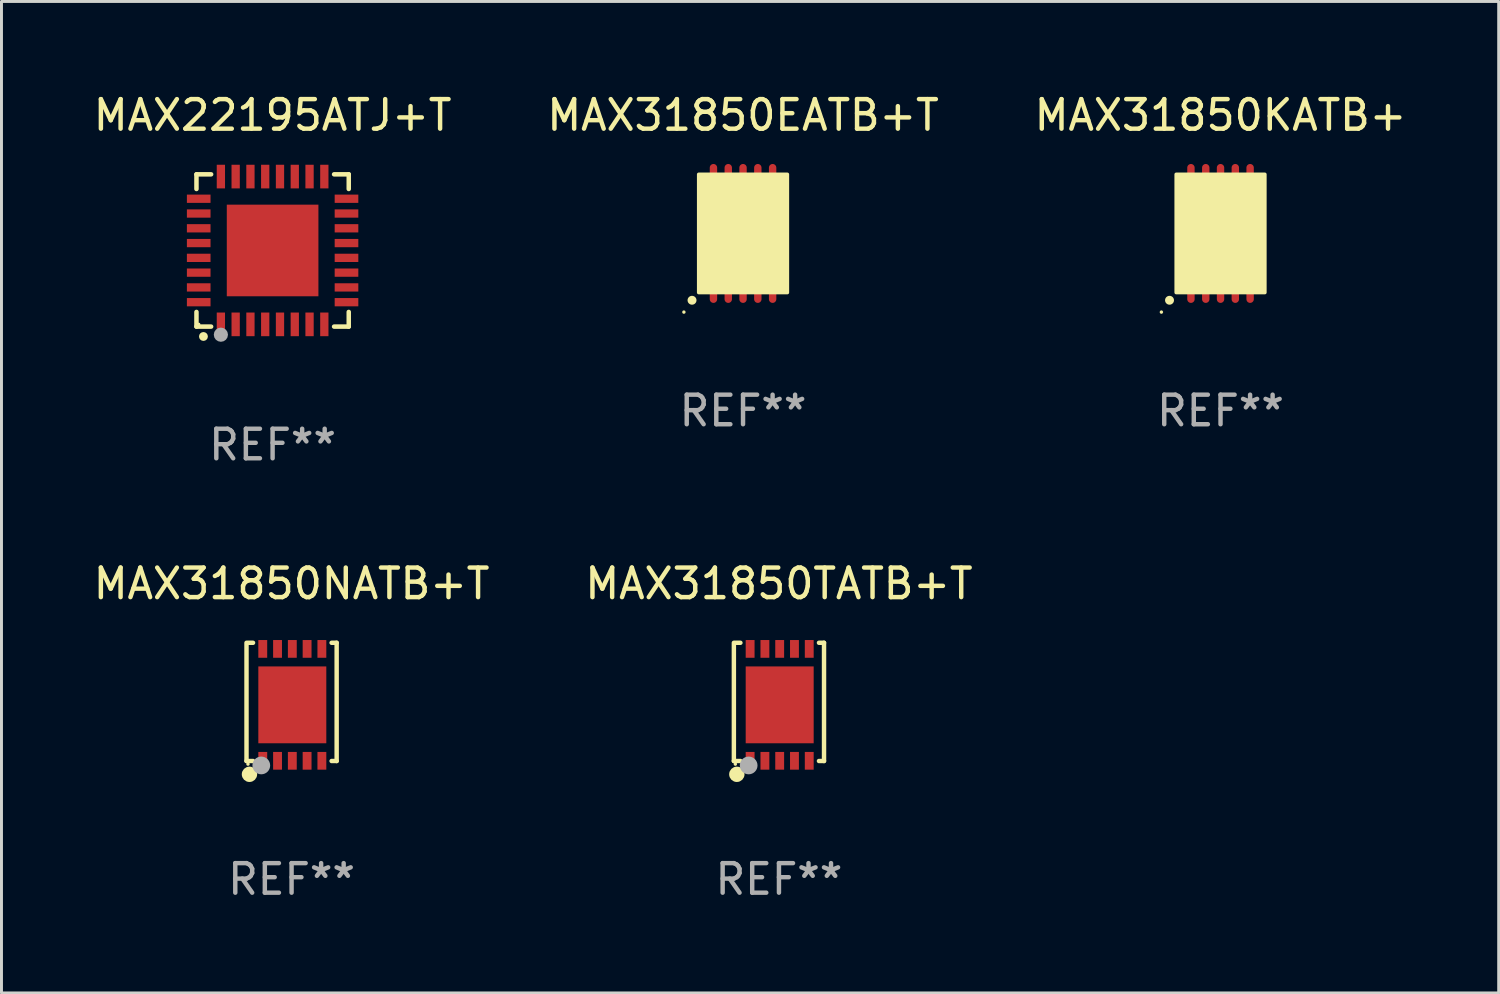
<source format=kicad_pcb>
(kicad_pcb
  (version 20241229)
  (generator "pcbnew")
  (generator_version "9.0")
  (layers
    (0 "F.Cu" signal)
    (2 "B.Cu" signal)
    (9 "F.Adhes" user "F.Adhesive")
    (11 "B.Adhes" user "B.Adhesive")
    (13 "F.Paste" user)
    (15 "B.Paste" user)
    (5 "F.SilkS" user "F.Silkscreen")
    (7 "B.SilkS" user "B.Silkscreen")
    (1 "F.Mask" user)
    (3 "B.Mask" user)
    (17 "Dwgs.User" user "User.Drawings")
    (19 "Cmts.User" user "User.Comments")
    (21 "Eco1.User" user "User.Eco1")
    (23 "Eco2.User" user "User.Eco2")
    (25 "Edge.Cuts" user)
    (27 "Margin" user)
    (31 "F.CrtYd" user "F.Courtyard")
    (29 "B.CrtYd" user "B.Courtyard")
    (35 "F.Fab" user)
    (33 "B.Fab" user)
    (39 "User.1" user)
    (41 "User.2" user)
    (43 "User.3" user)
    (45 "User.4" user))
  (footprint "MAX31850NATB+T"
    (layer "F.Cu")
    (at 6.815 20.697)
    (property "Reference" "MAX31850NATB+T" (at 0 -4 0) (layer "F.SilkS") (effects (font (size 1 1) (thickness 0.15))))
    (attr through_hole)
    (fp_line (start -1.525 2) (end -1.525 -2) (stroke (width 0.15) (type solid)) (layer "F.SilkS"))
    (fp_line (start -1.475 -2) (end -1.304 -2) (stroke (width 0.15) (type solid)) (layer "F.SilkS"))
    (fp_line (start -1.304 2) (end -1.525 2) (stroke (width 0.15) (type solid)) (layer "F.SilkS"))
    (fp_line (start 1.354 -2) (end 1.525 -2) (stroke (width 0.15) (type solid)) (layer "F.SilkS"))
    (fp_line (start 1.525 -2) (end 1.525 2) (stroke (width 0.15) (type solid)) (layer "F.SilkS"))
    (fp_line (start 1.525 2) (end 1.354 2) (stroke (width 0.15) (type solid)) (layer "F.SilkS"))
    (fp_circle (center -1.475 2.105) (end -1.445 2.105) (stroke (width 0.06) (type solid)) (fill no) (layer "F.SilkS"))
    (fp_circle (center -1.425 2.45) (end -1.295 2.45) (stroke (width 0.26) (type solid)) (fill no) (layer "F.SilkS"))
    (fp_circle (center -1.025 2.15) (end -0.875 2.15) (stroke (width 0.3) (type solid)) (fill no) (layer "F.Fab"))
    (fp_text user "REF**" (at 0 6 0) (layer "F.Fab") (effects (font (size 1 1) (thickness 0.15))))
    (pad "1" smd rect (at -0.975 1.993) (size 0.3 0.6) (layers "F.Cu" "F.Mask" "F.Paste"))
    (pad "2" smd rect (at -0.475 1.993) (size 0.3 0.6) (layers "F.Cu" "F.Mask" "F.Paste"))
    (pad "3" smd rect (at 0.025 1.993) (size 0.3 0.6) (layers "F.Cu" "F.Mask" "F.Paste"))
    (pad "4" smd rect (at 0.525 1.993) (size 0.3 0.6) (layers "F.Cu" "F.Mask" "F.Paste"))
    (pad "5" smd rect (at 1.025 1.993) (size 0.3 0.6) (layers "F.Cu" "F.Mask" "F.Paste"))
    (pad "6" smd rect (at 1.025 -1.793) (size 0.3 0.6) (layers "F.Cu" "F.Mask" "F.Paste"))
    (pad "7" smd rect (at 0.525 -1.793) (size 0.3 0.6) (layers "F.Cu" "F.Mask" "F.Paste"))
    (pad "8" smd rect (at 0.025 -1.793) (size 0.3 0.6) (layers "F.Cu" "F.Mask" "F.Paste"))
    (pad "9" smd rect (at -0.475 -1.793) (size 0.3 0.6) (layers "F.Cu" "F.Mask" "F.Paste"))
    (pad "10" smd rect (at -0.975 -1.793) (size 0.3 0.6) (layers "F.Cu" "F.Mask" "F.Paste"))
    (pad "11" smd custom (at 0.025 0.1) (size 2.3 2.6) (layers "F.Cu" "F.Mask" "F.Paste") (options (anchor circle)) (primitives (gr_poly (pts (xy -1.15 1.3) (xy -1.15 -1.3) (xy 1.15 -1.3) (xy 1.15 1.3)) (width 0) (fill yes)))))
  (footprint "MAX31850KATB+"
    (layer "F.Cu")
    (at 38.244 4.848)
    (property "Reference" "MAX31850KATB+" (at 0 -4 0) (layer "F.SilkS") (effects (font (size 1 1) (thickness 0.15))))
    (attr through_hole)
    (fp_arc (start -1.727203 2.260605) (mid -1.725933 2.260599) (end -1.724663 2.260605) (stroke (width 0.3) (type solid)) (layer "F.SilkS"))
    (fp_circle (center -2.001 2.661) (end -1.971 2.661) (stroke (width 0.06) (type solid)) (fill no) (layer "F.SilkS"))
    (fp_poly (pts (xy -1.5 -2) (xy 1.5 -2) (xy 1.5 2) (xy -1.5 2)) (stroke (width 0.12) (type solid)) (fill yes) (layer "F.SilkS"))
    (fp_text user "REF**" (at 0 6 0) (layer "F.Fab") (effects (font (size 1 1) (thickness 0.15))))
    (pad "1" smd oval (at -1.001 2 270) (size 0.7 0.25) (layers "F.Cu" "F.Mask" "F.Paste"))
    (pad "2" smd oval (at -0.5 2 270) (size 0.7 0.25) (layers "F.Cu" "F.Mask" "F.Paste"))
    (pad "3" smd oval (at 0 2 270) (size 0.7 0.25) (layers "F.Cu" "F.Mask" "F.Paste"))
    (pad "4" smd oval (at 0.5 2 270) (size 0.7 0.25) (layers "F.Cu" "F.Mask" "F.Paste"))
    (pad "5" smd oval (at 1.001 2 270) (size 0.7 0.25) (layers "F.Cu" "F.Mask" "F.Paste"))
    (pad "6" smd oval (at 1.001 -2 90) (size 0.7 0.25) (layers "F.Cu" "F.Mask" "F.Paste"))
    (pad "7" smd oval (at 0.5 -2 90) (size 0.7 0.25) (layers "F.Cu" "F.Mask" "F.Paste"))
    (pad "8" smd oval (at 0 -2 90) (size 0.7 0.25) (layers "F.Cu" "F.Mask" "F.Paste"))
    (pad "9" smd oval (at -0.5 -2 90) (size 0.7 0.25) (layers "F.Cu" "F.Mask" "F.Paste"))
    (pad "10" smd oval (at -1.001 -2 90) (size 0.7 0.25) (layers "F.Cu" "F.Mask" "F.Paste"))
    (pad "11" smd rect (at 0 0 90) (size 2.5 2.3) (layers "F.Cu" "F.Mask" "F.Paste")))
  (footprint "MAX31850TATB+T"
    (layer "F.Cu")
    (at 23.304 20.697)
    (property "Reference" "MAX31850TATB+T" (at 0 -4 0) (layer "F.SilkS") (effects (font (size 1 1) (thickness 0.15))))
    (attr through_hole)
    (fp_line (start -1.525 2) (end -1.525 -2) (stroke (width 0.15) (type solid)) (layer "F.SilkS"))
    (fp_line (start -1.475 -2) (end -1.304 -2) (stroke (width 0.15) (type solid)) (layer "F.SilkS"))
    (fp_line (start -1.304 2) (end -1.525 2) (stroke (width 0.15) (type solid)) (layer "F.SilkS"))
    (fp_line (start 1.354 -2) (end 1.525 -2) (stroke (width 0.15) (type solid)) (layer "F.SilkS"))
    (fp_line (start 1.525 -2) (end 1.525 2) (stroke (width 0.15) (type solid)) (layer "F.SilkS"))
    (fp_line (start 1.525 2) (end 1.354 2) (stroke (width 0.15) (type solid)) (layer "F.SilkS"))
    (fp_circle (center -1.475 2.105) (end -1.445 2.105) (stroke (width 0.06) (type solid)) (fill no) (layer "F.SilkS"))
    (fp_circle (center -1.425 2.45) (end -1.295 2.45) (stroke (width 0.26) (type solid)) (fill no) (layer "F.SilkS"))
    (fp_circle (center -1.025 2.15) (end -0.875 2.15) (stroke (width 0.3) (type solid)) (fill no) (layer "F.Fab"))
    (fp_text user "REF**" (at 0 6 0) (layer "F.Fab") (effects (font (size 1 1) (thickness 0.15))))
    (pad "1" smd rect (at -0.975 1.993) (size 0.3 0.6) (layers "F.Cu" "F.Mask" "F.Paste"))
    (pad "2" smd rect (at -0.475 1.993) (size 0.3 0.6) (layers "F.Cu" "F.Mask" "F.Paste"))
    (pad "3" smd rect (at 0.025 1.993) (size 0.3 0.6) (layers "F.Cu" "F.Mask" "F.Paste"))
    (pad "4" smd rect (at 0.525 1.993) (size 0.3 0.6) (layers "F.Cu" "F.Mask" "F.Paste"))
    (pad "5" smd rect (at 1.025 1.993) (size 0.3 0.6) (layers "F.Cu" "F.Mask" "F.Paste"))
    (pad "6" smd rect (at 1.025 -1.793) (size 0.3 0.6) (layers "F.Cu" "F.Mask" "F.Paste"))
    (pad "7" smd rect (at 0.525 -1.793) (size 0.3 0.6) (layers "F.Cu" "F.Mask" "F.Paste"))
    (pad "8" smd rect (at 0.025 -1.793) (size 0.3 0.6) (layers "F.Cu" "F.Mask" "F.Paste"))
    (pad "9" smd rect (at -0.475 -1.793) (size 0.3 0.6) (layers "F.Cu" "F.Mask" "F.Paste"))
    (pad "10" smd rect (at -0.975 -1.793) (size 0.3 0.6) (layers "F.Cu" "F.Mask" "F.Paste"))
    (pad "11" smd custom (at 0.025 0.1) (size 2.3 2.6) (layers "F.Cu" "F.Mask" "F.Paste") (options (anchor circle)) (primitives (gr_poly (pts (xy -1.15 1.3) (xy -1.15 -1.3) (xy 1.15 -1.3) (xy 1.15 1.3)) (width 0) (fill yes)))))
  (footprint "MAX22195ATJ+T"
    (layer "F.Cu")
    (at 6.173 5.424)
    (property "Reference" "MAX22195ATJ+T" (at 0 -4.576 0) (layer "F.SilkS") (effects (font (size 1 1) (thickness 0.15))))
    (attr through_hole)
    (fp_line (start -2.576 -2.576) (end -2.08 -2.576) (stroke (width 0.152) (type solid)) (layer "F.SilkS"))
    (fp_line (start -2.576 -2.08) (end -2.576 -2.576) (stroke (width 0.152) (type solid)) (layer "F.SilkS"))
    (fp_line (start -2.576 2.08) (end -2.576 2.576) (stroke (width 0.152) (type solid)) (layer "F.SilkS"))
    (fp_line (start -2.576 2.576) (end -2.08 2.576) (stroke (width 0.152) (type solid)) (layer "F.SilkS"))
    (fp_line (start 2.576 -2.576) (end 2.08 -2.576) (stroke (width 0.152) (type solid)) (layer "F.SilkS"))
    (fp_line (start 2.576 -2.08) (end 2.576 -2.576) (stroke (width 0.152) (type solid)) (layer "F.SilkS"))
    (fp_line (start 2.576 2.08) (end 2.576 2.576) (stroke (width 0.152) (type solid)) (layer "F.SilkS"))
    (fp_line (start 2.576 2.576) (end 2.08 2.576) (stroke (width 0.152) (type solid)) (layer "F.SilkS"))
    (fp_circle (center -2.5 2.5) (end -2.47 2.5) (stroke (width 0.06) (type solid)) (fill no) (layer "F.SilkS"))
    (fp_circle (center -2.34 2.91) (end -2.265 2.91) (stroke (width 0.15) (type solid)) (fill no) (layer "F.SilkS"))
    (fp_circle (center -1.75 2.85) (end -1.63 2.85) (stroke (width 0.24) (type solid)) (fill no) (layer "F.Fab"))
    (fp_text user "REF**" (at 0 6.576 0) (layer "F.Fab") (effects (font (size 1 1) (thickness 0.15))))
    (pad "1" smd rect (at -1.75 2.5) (size 0.28 0.8) (layers "F.Cu" "F.Mask" "F.Paste"))
    (pad "2" smd rect (at -1.25 2.5) (size 0.28 0.8) (layers "F.Cu" "F.Mask" "F.Paste"))
    (pad "3" smd rect (at -0.75 2.5) (size 0.28 0.8) (layers "F.Cu" "F.Mask" "F.Paste"))
    (pad "4" smd rect (at -0.25 2.5) (size 0.28 0.8) (layers "F.Cu" "F.Mask" "F.Paste"))
    (pad "5" smd rect (at 0.25 2.5) (size 0.28 0.8) (layers "F.Cu" "F.Mask" "F.Paste"))
    (pad "6" smd rect (at 0.75 2.5) (size 0.28 0.8) (layers "F.Cu" "F.Mask" "F.Paste"))
    (pad "7" smd rect (at 1.25 2.5) (size 0.28 0.8) (layers "F.Cu" "F.Mask" "F.Paste"))
    (pad "8" smd rect (at 1.75 2.5) (size 0.28 0.8) (layers "F.Cu" "F.Mask" "F.Paste"))
    (pad "9" smd rect (at 2.5 1.75) (size 0.8 0.28) (layers "F.Cu" "F.Mask" "F.Paste"))
    (pad "10" smd rect (at 2.5 1.25) (size 0.8 0.28) (layers "F.Cu" "F.Mask" "F.Paste"))
    (pad "11" smd rect (at 2.5 0.75) (size 0.8 0.28) (layers "F.Cu" "F.Mask" "F.Paste"))
    (pad "12" smd rect (at 2.5 0.25) (size 0.8 0.28) (layers "F.Cu" "F.Mask" "F.Paste"))
    (pad "13" smd rect (at 2.5 -0.25) (size 0.8 0.28) (layers "F.Cu" "F.Mask" "F.Paste"))
    (pad "14" smd rect (at 2.5 -0.75) (size 0.8 0.28) (layers "F.Cu" "F.Mask" "F.Paste"))
    (pad "15" smd rect (at 2.5 -1.25) (size 0.8 0.28) (layers "F.Cu" "F.Mask" "F.Paste"))
    (pad "16" smd rect (at 2.5 -1.75) (size 0.8 0.28) (layers "F.Cu" "F.Mask" "F.Paste"))
    (pad "17" smd rect (at 1.75 -2.5) (size 0.28 0.8) (layers "F.Cu" "F.Mask" "F.Paste"))
    (pad "18" smd rect (at 1.25 -2.5) (size 0.28 0.8) (layers "F.Cu" "F.Mask" "F.Paste"))
    (pad "19" smd rect (at 0.75 -2.5) (size 0.28 0.8) (layers "F.Cu" "F.Mask" "F.Paste"))
    (pad "20" smd rect (at 0.25 -2.5) (size 0.28 0.8) (layers "F.Cu" "F.Mask" "F.Paste"))
    (pad "21" smd rect (at -0.25 -2.5) (size 0.28 0.8) (layers "F.Cu" "F.Mask" "F.Paste"))
    (pad "22" smd rect (at -0.75 -2.5) (size 0.28 0.8) (layers "F.Cu" "F.Mask" "F.Paste"))
    (pad "23" smd rect (at -1.25 -2.5) (size 0.28 0.8) (layers "F.Cu" "F.Mask" "F.Paste"))
    (pad "24" smd rect (at -1.75 -2.5) (size 0.28 0.8) (layers "F.Cu" "F.Mask" "F.Paste"))
    (pad "25" smd rect (at -2.5 -1.75) (size 0.8 0.28) (layers "F.Cu" "F.Mask" "F.Paste"))
    (pad "26" smd rect (at -2.5 -1.25) (size 0.8 0.28) (layers "F.Cu" "F.Mask" "F.Paste"))
    (pad "27" smd rect (at -2.5 -0.75) (size 0.8 0.28) (layers "F.Cu" "F.Mask" "F.Paste"))
    (pad "28" smd rect (at -2.5 -0.25) (size 0.8 0.28) (layers "F.Cu" "F.Mask" "F.Paste"))
    (pad "29" smd rect (at -2.5 0.25) (size 0.8 0.28) (layers "F.Cu" "F.Mask" "F.Paste"))
    (pad "30" smd rect (at -2.5 0.75) (size 0.8 0.28) (layers "F.Cu" "F.Mask" "F.Paste"))
    (pad "31" smd rect (at -2.5 1.25) (size 0.8 0.28) (layers "F.Cu" "F.Mask" "F.Paste"))
    (pad "32" smd rect (at -2.5 1.75) (size 0.8 0.28) (layers "F.Cu" "F.Mask" "F.Paste"))
    (pad "33" smd rect (at 0 0) (size 3.1 3.1) (layers "F.Cu" "F.Mask" "F.Paste")))
  (footprint "MAX31850EATB+T"
    (layer "F.Cu")
    (at 22.089 4.848)
    (property "Reference" "MAX31850EATB+T" (at 0 -4 0) (layer "F.SilkS") (effects (font (size 1 1) (thickness 0.15))))
    (attr through_hole)
    (fp_arc (start -1.727203 2.260605) (mid -1.725933 2.260599) (end -1.724663 2.260605) (stroke (width 0.3) (type solid)) (layer "F.SilkS"))
    (fp_circle (center -2.001 2.661) (end -1.971 2.661) (stroke (width 0.06) (type solid)) (fill no) (layer "F.SilkS"))
    (fp_poly (pts (xy -1.5 -2) (xy 1.5 -2) (xy 1.5 2) (xy -1.5 2)) (stroke (width 0.12) (type solid)) (fill yes) (layer "F.SilkS"))
    (fp_text user "REF**" (at 0 6 0) (layer "F.Fab") (effects (font (size 1 1) (thickness 0.15))))
    (pad "1" smd oval (at -1.001 2 270) (size 0.7 0.25) (layers "F.Cu" "F.Mask" "F.Paste"))
    (pad "2" smd oval (at -0.5 2 270) (size 0.7 0.25) (layers "F.Cu" "F.Mask" "F.Paste"))
    (pad "3" smd oval (at 0 2 270) (size 0.7 0.25) (layers "F.Cu" "F.Mask" "F.Paste"))
    (pad "4" smd oval (at 0.5 2 270) (size 0.7 0.25) (layers "F.Cu" "F.Mask" "F.Paste"))
    (pad "5" smd oval (at 1.001 2 270) (size 0.7 0.25) (layers "F.Cu" "F.Mask" "F.Paste"))
    (pad "6" smd oval (at 1.001 -2 90) (size 0.7 0.25) (layers "F.Cu" "F.Mask" "F.Paste"))
    (pad "7" smd oval (at 0.5 -2 90) (size 0.7 0.25) (layers "F.Cu" "F.Mask" "F.Paste"))
    (pad "8" smd oval (at 0 -2 90) (size 0.7 0.25) (layers "F.Cu" "F.Mask" "F.Paste"))
    (pad "9" smd oval (at -0.5 -2 90) (size 0.7 0.25) (layers "F.Cu" "F.Mask" "F.Paste"))
    (pad "10" smd oval (at -1.001 -2 90) (size 0.7 0.25) (layers "F.Cu" "F.Mask" "F.Paste"))
    (pad "11" smd rect (at 0 0 90) (size 2.5 2.3) (layers "F.Cu" "F.Mask" "F.Paste")))
  (gr_rect
    (start -3 -3)
    (end 47.655 30.545)
    (stroke (width 0.1) (type default))
    (fill no)
    (layer "Edge.Cuts")))
</source>
